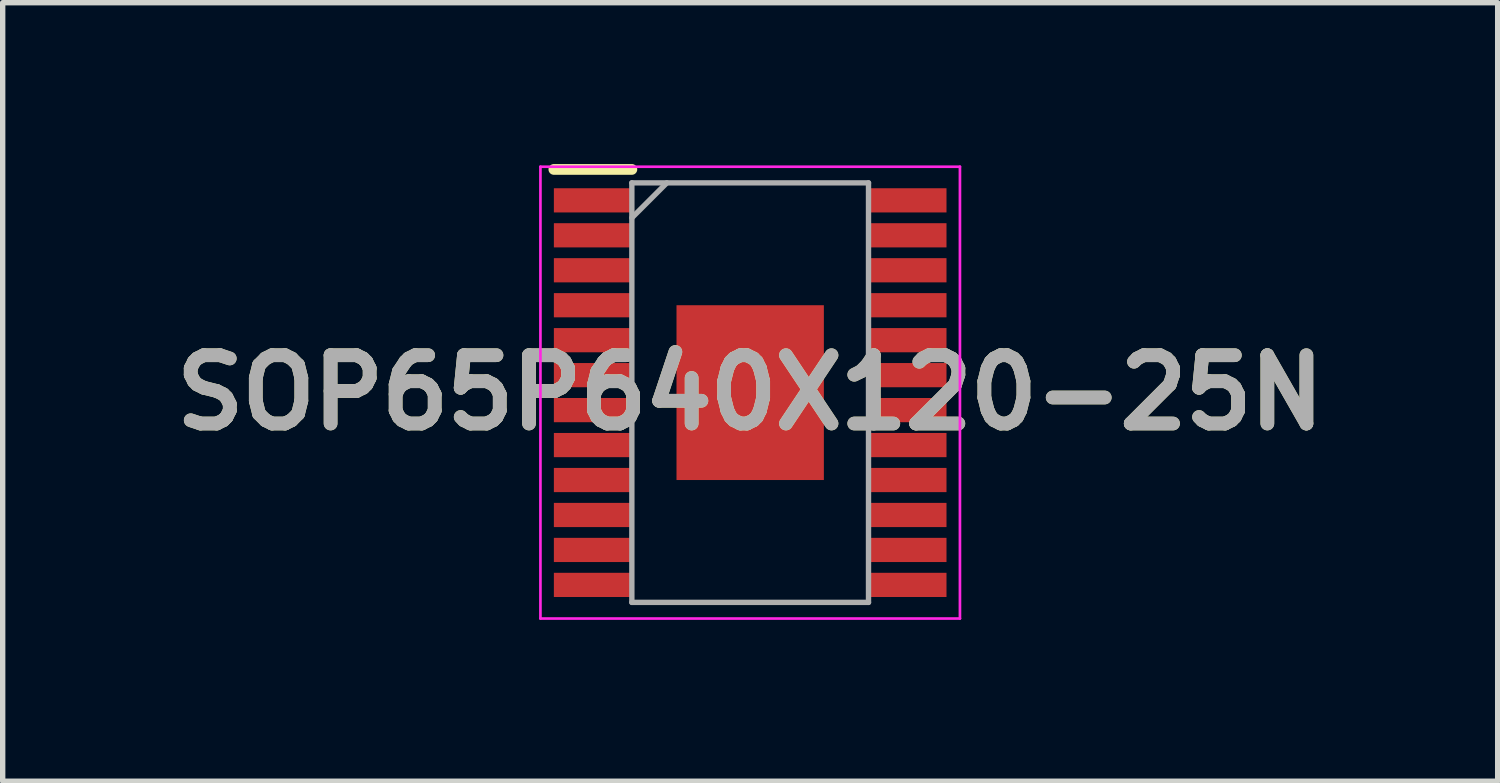
<source format=kicad_pcb>
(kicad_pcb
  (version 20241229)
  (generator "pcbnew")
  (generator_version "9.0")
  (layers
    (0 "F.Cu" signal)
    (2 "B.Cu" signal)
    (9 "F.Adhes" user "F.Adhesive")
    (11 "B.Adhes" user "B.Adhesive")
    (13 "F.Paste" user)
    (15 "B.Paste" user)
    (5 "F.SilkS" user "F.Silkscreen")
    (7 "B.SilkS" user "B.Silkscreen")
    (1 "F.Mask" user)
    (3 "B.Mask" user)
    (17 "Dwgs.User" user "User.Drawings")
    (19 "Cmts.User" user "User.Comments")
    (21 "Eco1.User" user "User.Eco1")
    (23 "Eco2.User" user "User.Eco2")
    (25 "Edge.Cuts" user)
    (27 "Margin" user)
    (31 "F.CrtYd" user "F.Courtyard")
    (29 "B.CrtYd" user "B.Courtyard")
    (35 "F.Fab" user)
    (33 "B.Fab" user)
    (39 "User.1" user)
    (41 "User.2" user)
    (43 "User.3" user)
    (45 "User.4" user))
  (footprint "SOP65P640X120-25N"
    (layer "F.Cu")
    (at 10.898 4.25)
    (property "Reference" "SOP65P640X120-25N" (at 0 0 0) (layer "F.SilkS") (effects (font (size 1.27 1.27) (thickness 0.254))))
    (attr smd)
    (fp_line (start -3.65 -4.15) (end -2.2 -4.15) (stroke (width 0.2) (type solid)) (layer "F.SilkS"))
    (fp_line (start -3.9 -4.2) (end 3.9 -4.2) (stroke (width 0.05) (type solid)) (layer "F.CrtYd"))
    (fp_line (start -3.9 4.2) (end -3.9 -4.2) (stroke (width 0.05) (type solid)) (layer "F.CrtYd"))
    (fp_line (start 3.9 -4.2) (end 3.9 4.2) (stroke (width 0.05) (type solid)) (layer "F.CrtYd"))
    (fp_line (start 3.9 4.2) (end -3.9 4.2) (stroke (width 0.05) (type solid)) (layer "F.CrtYd"))
    (fp_line (start -2.2 -3.9) (end 2.2 -3.9) (stroke (width 0.1) (type solid)) (layer "F.Fab"))
    (fp_line (start -2.2 -3.25) (end -1.55 -3.9) (stroke (width 0.1) (type solid)) (layer "F.Fab"))
    (fp_line (start -2.2 3.9) (end -2.2 -3.9) (stroke (width 0.1) (type solid)) (layer "F.Fab"))
    (fp_line (start 2.2 -3.9) (end 2.2 3.9) (stroke (width 0.1) (type solid)) (layer "F.Fab"))
    (fp_line (start 2.2 3.9) (end -2.2 3.9) (stroke (width 0.1) (type solid)) (layer "F.Fab"))
    (fp_text user "${REFERENCE}" (at 0 0 0) (layer "F.Fab") (effects (font (size 1.27 1.27) (thickness 0.254))))
    (pad "1" smd rect (at -2.925 -3.575 90) (size 0.45 1.45) (layers "F.Cu" "F.Mask" "F.Paste"))
    (pad "2" smd rect (at -2.925 -2.925 90) (size 0.45 1.45) (layers "F.Cu" "F.Mask" "F.Paste"))
    (pad "3" smd rect (at -2.925 -2.275 90) (size 0.45 1.45) (layers "F.Cu" "F.Mask" "F.Paste"))
    (pad "4" smd rect (at -2.925 -1.625 90) (size 0.45 1.45) (layers "F.Cu" "F.Mask" "F.Paste"))
    (pad "5" smd rect (at -2.925 -0.975 90) (size 0.45 1.45) (layers "F.Cu" "F.Mask" "F.Paste"))
    (pad "6" smd rect (at -2.925 -0.325 90) (size 0.45 1.45) (layers "F.Cu" "F.Mask" "F.Paste"))
    (pad "7" smd rect (at -2.925 0.325 90) (size 0.45 1.45) (layers "F.Cu" "F.Mask" "F.Paste"))
    (pad "8" smd rect (at -2.925 0.975 90) (size 0.45 1.45) (layers "F.Cu" "F.Mask" "F.Paste"))
    (pad "9" smd rect (at -2.925 1.625 90) (size 0.45 1.45) (layers "F.Cu" "F.Mask" "F.Paste"))
    (pad "10" smd rect (at -2.925 2.275 90) (size 0.45 1.45) (layers "F.Cu" "F.Mask" "F.Paste"))
    (pad "11" smd rect (at -2.925 2.925 90) (size 0.45 1.45) (layers "F.Cu" "F.Mask" "F.Paste"))
    (pad "12" smd rect (at -2.925 3.575 90) (size 0.45 1.45) (layers "F.Cu" "F.Mask" "F.Paste"))
    (pad "13" smd rect (at 2.925 3.575 90) (size 0.45 1.45) (layers "F.Cu" "F.Mask" "F.Paste"))
    (pad "14" smd rect (at 2.925 2.925 90) (size 0.45 1.45) (layers "F.Cu" "F.Mask" "F.Paste"))
    (pad "15" smd rect (at 2.925 2.275 90) (size 0.45 1.45) (layers "F.Cu" "F.Mask" "F.Paste"))
    (pad "16" smd rect (at 2.925 1.625 90) (size 0.45 1.45) (layers "F.Cu" "F.Mask" "F.Paste"))
    (pad "17" smd rect (at 2.925 0.975 90) (size 0.45 1.45) (layers "F.Cu" "F.Mask" "F.Paste"))
    (pad "18" smd rect (at 2.925 0.325 90) (size 0.45 1.45) (layers "F.Cu" "F.Mask" "F.Paste"))
    (pad "19" smd rect (at 2.925 -0.325 90) (size 0.45 1.45) (layers "F.Cu" "F.Mask" "F.Paste"))
    (pad "20" smd rect (at 2.925 -0.975 90) (size 0.45 1.45) (layers "F.Cu" "F.Mask" "F.Paste"))
    (pad "21" smd rect (at 2.925 -1.625 90) (size 0.45 1.45) (layers "F.Cu" "F.Mask" "F.Paste"))
    (pad "22" smd rect (at 2.925 -2.275 90) (size 0.45 1.45) (layers "F.Cu" "F.Mask" "F.Paste"))
    (pad "23" smd rect (at 2.925 -2.925 90) (size 0.45 1.45) (layers "F.Cu" "F.Mask" "F.Paste"))
    (pad "24" smd rect (at 2.925 -3.575 90) (size 0.45 1.45) (layers "F.Cu" "F.Mask" "F.Paste"))
    (pad "25" smd rect (at 0 0) (size 2.74 3.25) (layers "F.Cu" "F.Mask" "F.Paste")))
  (gr_rect
    (start -3 -3)
    (end 24.796 11.475)
    (stroke (width 0.1) (type default))
    (fill no)
    (layer "Edge.Cuts")))
</source>
